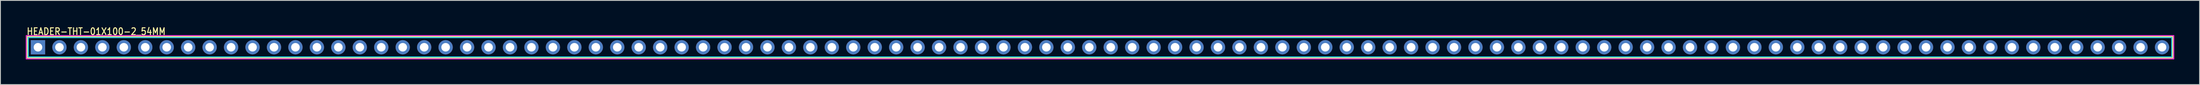
<source format=kicad_pcb>
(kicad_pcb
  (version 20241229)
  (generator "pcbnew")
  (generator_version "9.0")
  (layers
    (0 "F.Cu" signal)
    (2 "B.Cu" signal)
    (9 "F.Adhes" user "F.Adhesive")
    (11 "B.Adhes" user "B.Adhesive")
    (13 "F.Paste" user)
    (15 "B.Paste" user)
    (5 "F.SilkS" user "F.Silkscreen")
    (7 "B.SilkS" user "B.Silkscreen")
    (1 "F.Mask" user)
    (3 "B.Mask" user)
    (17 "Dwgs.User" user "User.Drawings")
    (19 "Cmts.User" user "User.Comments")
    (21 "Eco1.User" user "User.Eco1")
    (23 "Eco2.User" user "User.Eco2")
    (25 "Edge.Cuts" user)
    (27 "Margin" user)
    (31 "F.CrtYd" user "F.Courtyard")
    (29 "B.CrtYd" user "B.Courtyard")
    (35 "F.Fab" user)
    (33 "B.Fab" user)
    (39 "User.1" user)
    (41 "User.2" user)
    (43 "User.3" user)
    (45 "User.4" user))
  (footprint "HEADER-THT-01X100-2_54MM"
    (layer "F.Cu")
    (at 1.447 2.579)
    (property "Reference" "HEADER-THT-01X100-2_54MM" (at -1.4 -1.4 0) (unlocked yes) (layer "F.SilkS") (effects (font (size 0.813 0.695) (thickness 0.122)) (justify left bottom)))
    (fp_line (start -1.27 -1.27) (end -1.27 1.27) (stroke (width 0.127) (type solid)) (layer "F.SilkS"))
    (fp_line (start -1.27 1.27) (end 252.73 1.27) (stroke (width 0.127) (type solid)) (layer "F.SilkS"))
    (fp_line (start 252.73 -1.27) (end -1.27 -1.27) (stroke (width 0.127) (type solid)) (layer "F.SilkS"))
    (fp_line (start 252.73 1.27) (end 252.73 -1.27) (stroke (width 0.127) (type solid)) (layer "F.SilkS"))
    (fp_poly (pts (xy -1.143 -1.143) (xy 252.603 -1.143) (xy 252.603 1.143) (xy -1.143 1.143)) (stroke (width 0.1) (type solid)) (fill no) (layer "B.CrtYd"))
    (fp_poly (pts (xy -1.397 -1.397) (xy 252.857 -1.397) (xy 252.857 1.397) (xy -1.397 1.397)) (stroke (width 0.1) (type solid)) (fill no) (layer "F.CrtYd"))
    (pad "P$1" thru_hole rect (at 0 0) (size 1.693 1.693) (drill 1.016) (layers "*.Cu" "*.Mask"))
    (pad "P$2" thru_hole oval (at 2.54 0) (size 1.693 1.693) (drill 1.016) (layers "*.Cu" "*.Mask"))
    (pad "P$3" thru_hole oval (at 5.08 0) (size 1.693 1.693) (drill 1.016) (layers "*.Cu" "*.Mask"))
    (pad "P$4" thru_hole oval (at 7.62 0) (size 1.693 1.693) (drill 1.016) (layers "*.Cu" "*.Mask"))
    (pad "P$5" thru_hole oval (at 10.16 0) (size 1.693 1.693) (drill 1.016) (layers "*.Cu" "*.Mask"))
    (pad "P$6" thru_hole oval (at 12.7 0) (size 1.693 1.693) (drill 1.016) (layers "*.Cu" "*.Mask"))
    (pad "P$7" thru_hole oval (at 15.24 0) (size 1.693 1.693) (drill 1.016) (layers "*.Cu" "*.Mask"))
    (pad "P$8" thru_hole oval (at 17.78 0) (size 1.693 1.693) (drill 1.016) (layers "*.Cu" "*.Mask"))
    (pad "P$9" thru_hole oval (at 20.32 0) (size 1.693 1.693) (drill 1.016) (layers "*.Cu" "*.Mask"))
    (pad "P$10" thru_hole oval (at 22.86 0) (size 1.693 1.693) (drill 1.016) (layers "*.Cu" "*.Mask"))
    (pad "P$11" thru_hole oval (at 25.4 0) (size 1.693 1.693) (drill 1.016) (layers "*.Cu" "*.Mask"))
    (pad "P$12" thru_hole oval (at 27.94 0) (size 1.693 1.693) (drill 1.016) (layers "*.Cu" "*.Mask"))
    (pad "P$13" thru_hole oval (at 30.48 0) (size 1.693 1.693) (drill 1.016) (layers "*.Cu" "*.Mask"))
    (pad "P$14" thru_hole oval (at 33.02 0) (size 1.693 1.693) (drill 1.016) (layers "*.Cu" "*.Mask"))
    (pad "P$15" thru_hole oval (at 35.56 0) (size 1.693 1.693) (drill 1.016) (layers "*.Cu" "*.Mask"))
    (pad "P$16" thru_hole oval (at 38.1 0) (size 1.693 1.693) (drill 1.016) (layers "*.Cu" "*.Mask"))
    (pad "P$17" thru_hole oval (at 40.64 0) (size 1.693 1.693) (drill 1.016) (layers "*.Cu" "*.Mask"))
    (pad "P$18" thru_hole oval (at 43.18 0) (size 1.693 1.693) (drill 1.016) (layers "*.Cu" "*.Mask"))
    (pad "P$19" thru_hole oval (at 45.72 0) (size 1.693 1.693) (drill 1.016) (layers "*.Cu" "*.Mask"))
    (pad "P$20" thru_hole oval (at 48.26 0) (size 1.693 1.693) (drill 1.016) (layers "*.Cu" "*.Mask"))
    (pad "P$21" thru_hole oval (at 50.8 0) (size 1.693 1.693) (drill 1.016) (layers "*.Cu" "*.Mask"))
    (pad "P$22" thru_hole oval (at 53.34 0) (size 1.693 1.693) (drill 1.016) (layers "*.Cu" "*.Mask"))
    (pad "P$23" thru_hole oval (at 55.88 0) (size 1.693 1.693) (drill 1.016) (layers "*.Cu" "*.Mask"))
    (pad "P$24" thru_hole oval (at 58.42 0) (size 1.693 1.693) (drill 1.016) (layers "*.Cu" "*.Mask"))
    (pad "P$25" thru_hole oval (at 60.96 0) (size 1.693 1.693) (drill 1.016) (layers "*.Cu" "*.Mask"))
    (pad "P$26" thru_hole oval (at 63.5 0) (size 1.693 1.693) (drill 1.016) (layers "*.Cu" "*.Mask"))
    (pad "P$27" thru_hole oval (at 66.04 0) (size 1.693 1.693) (drill 1.016) (layers "*.Cu" "*.Mask"))
    (pad "P$28" thru_hole oval (at 68.58 0) (size 1.693 1.693) (drill 1.016) (layers "*.Cu" "*.Mask"))
    (pad "P$29" thru_hole oval (at 71.12 0) (size 1.693 1.693) (drill 1.016) (layers "*.Cu" "*.Mask"))
    (pad "P$30" thru_hole oval (at 73.66 0) (size 1.693 1.693) (drill 1.016) (layers "*.Cu" "*.Mask"))
    (pad "P$31" thru_hole oval (at 76.2 0) (size 1.693 1.693) (drill 1.016) (layers "*.Cu" "*.Mask"))
    (pad "P$32" thru_hole oval (at 78.74 0) (size 1.693 1.693) (drill 1.016) (layers "*.Cu" "*.Mask"))
    (pad "P$33" thru_hole oval (at 81.28 0) (size 1.693 1.693) (drill 1.016) (layers "*.Cu" "*.Mask"))
    (pad "P$34" thru_hole oval (at 83.82 0) (size 1.693 1.693) (drill 1.016) (layers "*.Cu" "*.Mask"))
    (pad "P$35" thru_hole oval (at 86.36 0) (size 1.693 1.693) (drill 1.016) (layers "*.Cu" "*.Mask"))
    (pad "P$36" thru_hole oval (at 88.9 0) (size 1.693 1.693) (drill 1.016) (layers "*.Cu" "*.Mask"))
    (pad "P$37" thru_hole oval (at 91.44 0) (size 1.693 1.693) (drill 1.016) (layers "*.Cu" "*.Mask"))
    (pad "P$38" thru_hole oval (at 93.98 0) (size 1.693 1.693) (drill 1.016) (layers "*.Cu" "*.Mask"))
    (pad "P$39" thru_hole oval (at 96.52 0) (size 1.693 1.693) (drill 1.016) (layers "*.Cu" "*.Mask"))
    (pad "P$40" thru_hole oval (at 99.06 0) (size 1.693 1.693) (drill 1.016) (layers "*.Cu" "*.Mask"))
    (pad "P$41" thru_hole oval (at 101.6 0) (size 1.693 1.693) (drill 1.016) (layers "*.Cu" "*.Mask"))
    (pad "P$42" thru_hole oval (at 104.14 0) (size 1.693 1.693) (drill 1.016) (layers "*.Cu" "*.Mask"))
    (pad "P$43" thru_hole oval (at 106.68 0) (size 1.693 1.693) (drill 1.016) (layers "*.Cu" "*.Mask"))
    (pad "P$44" thru_hole oval (at 109.22 0) (size 1.693 1.693) (drill 1.016) (layers "*.Cu" "*.Mask"))
    (pad "P$45" thru_hole oval (at 111.76 0) (size 1.693 1.693) (drill 1.016) (layers "*.Cu" "*.Mask"))
    (pad "P$46" thru_hole oval (at 114.3 0) (size 1.693 1.693) (drill 1.016) (layers "*.Cu" "*.Mask"))
    (pad "P$47" thru_hole oval (at 116.84 0) (size 1.693 1.693) (drill 1.016) (layers "*.Cu" "*.Mask"))
    (pad "P$48" thru_hole oval (at 119.38 0) (size 1.693 1.693) (drill 1.016) (layers "*.Cu" "*.Mask"))
    (pad "P$49" thru_hole oval (at 121.92 0) (size 1.693 1.693) (drill 1.016) (layers "*.Cu" "*.Mask"))
    (pad "P$50" thru_hole oval (at 124.46 0) (size 1.693 1.693) (drill 1.016) (layers "*.Cu" "*.Mask"))
    (pad "P$51" thru_hole oval (at 127 0) (size 1.693 1.693) (drill 1.016) (layers "*.Cu" "*.Mask"))
    (pad "P$52" thru_hole oval (at 129.54 0) (size 1.693 1.693) (drill 1.016) (layers "*.Cu" "*.Mask"))
    (pad "P$53" thru_hole oval (at 132.08 0) (size 1.693 1.693) (drill 1.016) (layers "*.Cu" "*.Mask"))
    (pad "P$54" thru_hole oval (at 134.62 0) (size 1.693 1.693) (drill 1.016) (layers "*.Cu" "*.Mask"))
    (pad "P$55" thru_hole oval (at 137.16 0) (size 1.693 1.693) (drill 1.016) (layers "*.Cu" "*.Mask"))
    (pad "P$56" thru_hole oval (at 139.7 0) (size 1.693 1.693) (drill 1.016) (layers "*.Cu" "*.Mask"))
    (pad "P$57" thru_hole oval (at 142.24 0) (size 1.693 1.693) (drill 1.016) (layers "*.Cu" "*.Mask"))
    (pad "P$58" thru_hole oval (at 144.78 0) (size 1.693 1.693) (drill 1.016) (layers "*.Cu" "*.Mask"))
    (pad "P$59" thru_hole oval (at 147.32 0) (size 1.693 1.693) (drill 1.016) (layers "*.Cu" "*.Mask"))
    (pad "P$60" thru_hole oval (at 149.86 0) (size 1.693 1.693) (drill 1.016) (layers "*.Cu" "*.Mask"))
    (pad "P$61" thru_hole oval (at 152.4 0) (size 1.693 1.693) (drill 1.016) (layers "*.Cu" "*.Mask"))
    (pad "P$62" thru_hole oval (at 154.94 0) (size 1.693 1.693) (drill 1.016) (layers "*.Cu" "*.Mask"))
    (pad "P$63" thru_hole oval (at 157.48 0) (size 1.693 1.693) (drill 1.016) (layers "*.Cu" "*.Mask"))
    (pad "P$64" thru_hole oval (at 160.02 0) (size 1.693 1.693) (drill 1.016) (layers "*.Cu" "*.Mask"))
    (pad "P$65" thru_hole oval (at 162.56 0) (size 1.693 1.693) (drill 1.016) (layers "*.Cu" "*.Mask"))
    (pad "P$66" thru_hole oval (at 165.1 0) (size 1.693 1.693) (drill 1.016) (layers "*.Cu" "*.Mask"))
    (pad "P$67" thru_hole oval (at 167.64 0) (size 1.693 1.693) (drill 1.016) (layers "*.Cu" "*.Mask"))
    (pad "P$68" thru_hole oval (at 170.18 0) (size 1.693 1.693) (drill 1.016) (layers "*.Cu" "*.Mask"))
    (pad "P$69" thru_hole oval (at 172.72 0) (size 1.693 1.693) (drill 1.016) (layers "*.Cu" "*.Mask"))
    (pad "P$70" thru_hole oval (at 175.26 0) (size 1.693 1.693) (drill 1.016) (layers "*.Cu" "*.Mask"))
    (pad "P$71" thru_hole oval (at 177.8 0) (size 1.693 1.693) (drill 1.016) (layers "*.Cu" "*.Mask"))
    (pad "P$72" thru_hole oval (at 180.34 0) (size 1.693 1.693) (drill 1.016) (layers "*.Cu" "*.Mask"))
    (pad "P$73" thru_hole oval (at 182.88 0) (size 1.693 1.693) (drill 1.016) (layers "*.Cu" "*.Mask"))
    (pad "P$74" thru_hole oval (at 185.42 0) (size 1.693 1.693) (drill 1.016) (layers "*.Cu" "*.Mask"))
    (pad "P$75" thru_hole oval (at 187.96 0) (size 1.693 1.693) (drill 1.016) (layers "*.Cu" "*.Mask"))
    (pad "P$76" thru_hole oval (at 190.5 0) (size 1.693 1.693) (drill 1.016) (layers "*.Cu" "*.Mask"))
    (pad "P$77" thru_hole oval (at 193.04 0) (size 1.693 1.693) (drill 1.016) (layers "*.Cu" "*.Mask"))
    (pad "P$78" thru_hole oval (at 195.58 0) (size 1.693 1.693) (drill 1.016) (layers "*.Cu" "*.Mask"))
    (pad "P$79" thru_hole oval (at 198.12 0) (size 1.693 1.693) (drill 1.016) (layers "*.Cu" "*.Mask"))
    (pad "P$80" thru_hole oval (at 200.66 0) (size 1.693 1.693) (drill 1.016) (layers "*.Cu" "*.Mask"))
    (pad "P$81" thru_hole oval (at 203.2 0) (size 1.693 1.693) (drill 1.016) (layers "*.Cu" "*.Mask"))
    (pad "P$82" thru_hole oval (at 205.74 0) (size 1.693 1.693) (drill 1.016) (layers "*.Cu" "*.Mask"))
    (pad "P$83" thru_hole oval (at 208.28 0) (size 1.693 1.693) (drill 1.016) (layers "*.Cu" "*.Mask"))
    (pad "P$84" thru_hole oval (at 210.82 0) (size 1.693 1.693) (drill 1.016) (layers "*.Cu" "*.Mask"))
    (pad "P$85" thru_hole oval (at 213.36 0) (size 1.693 1.693) (drill 1.016) (layers "*.Cu" "*.Mask"))
    (pad "P$86" thru_hole oval (at 215.9 0) (size 1.693 1.693) (drill 1.016) (layers "*.Cu" "*.Mask"))
    (pad "P$87" thru_hole oval (at 218.44 0) (size 1.693 1.693) (drill 1.016) (layers "*.Cu" "*.Mask"))
    (pad "P$88" thru_hole oval (at 220.98 0) (size 1.693 1.693) (drill 1.016) (layers "*.Cu" "*.Mask"))
    (pad "P$89" thru_hole oval (at 223.52 0) (size 1.693 1.693) (drill 1.016) (layers "*.Cu" "*.Mask"))
    (pad "P$90" thru_hole oval (at 226.06 0) (size 1.693 1.693) (drill 1.016) (layers "*.Cu" "*.Mask"))
    (pad "P$91" thru_hole oval (at 228.6 0) (size 1.693 1.693) (drill 1.016) (layers "*.Cu" "*.Mask"))
    (pad "P$92" thru_hole oval (at 231.14 0) (size 1.693 1.693) (drill 1.016) (layers "*.Cu" "*.Mask"))
    (pad "P$93" thru_hole oval (at 233.68 0) (size 1.693 1.693) (drill 1.016) (layers "*.Cu" "*.Mask"))
    (pad "P$94" thru_hole oval (at 236.22 0) (size 1.693 1.693) (drill 1.016) (layers "*.Cu" "*.Mask"))
    (pad "P$95" thru_hole oval (at 238.76 0) (size 1.693 1.693) (drill 1.016) (layers "*.Cu" "*.Mask"))
    (pad "P$96" thru_hole oval (at 241.3 0) (size 1.693 1.693) (drill 1.016) (layers "*.Cu" "*.Mask"))
    (pad "P$97" thru_hole oval (at 243.84 0) (size 1.693 1.693) (drill 1.016) (layers "*.Cu" "*.Mask"))
    (pad "P$98" thru_hole oval (at 246.38 0) (size 1.693 1.693) (drill 1.016) (layers "*.Cu" "*.Mask"))
    (pad "P$99" thru_hole oval (at 248.92 0) (size 1.693 1.693) (drill 1.016) (layers "*.Cu" "*.Mask"))
    (pad "P$100" thru_hole oval (at 251.46 0) (size 1.693 1.693) (drill 1.016) (layers "*.Cu" "*.Mask")))
  (gr_rect
    (start -3 -3)
    (end 257.354 7.026)
    (stroke (width 0.1) (type default))
    (fill no)
    (layer "Edge.Cuts")))
</source>
